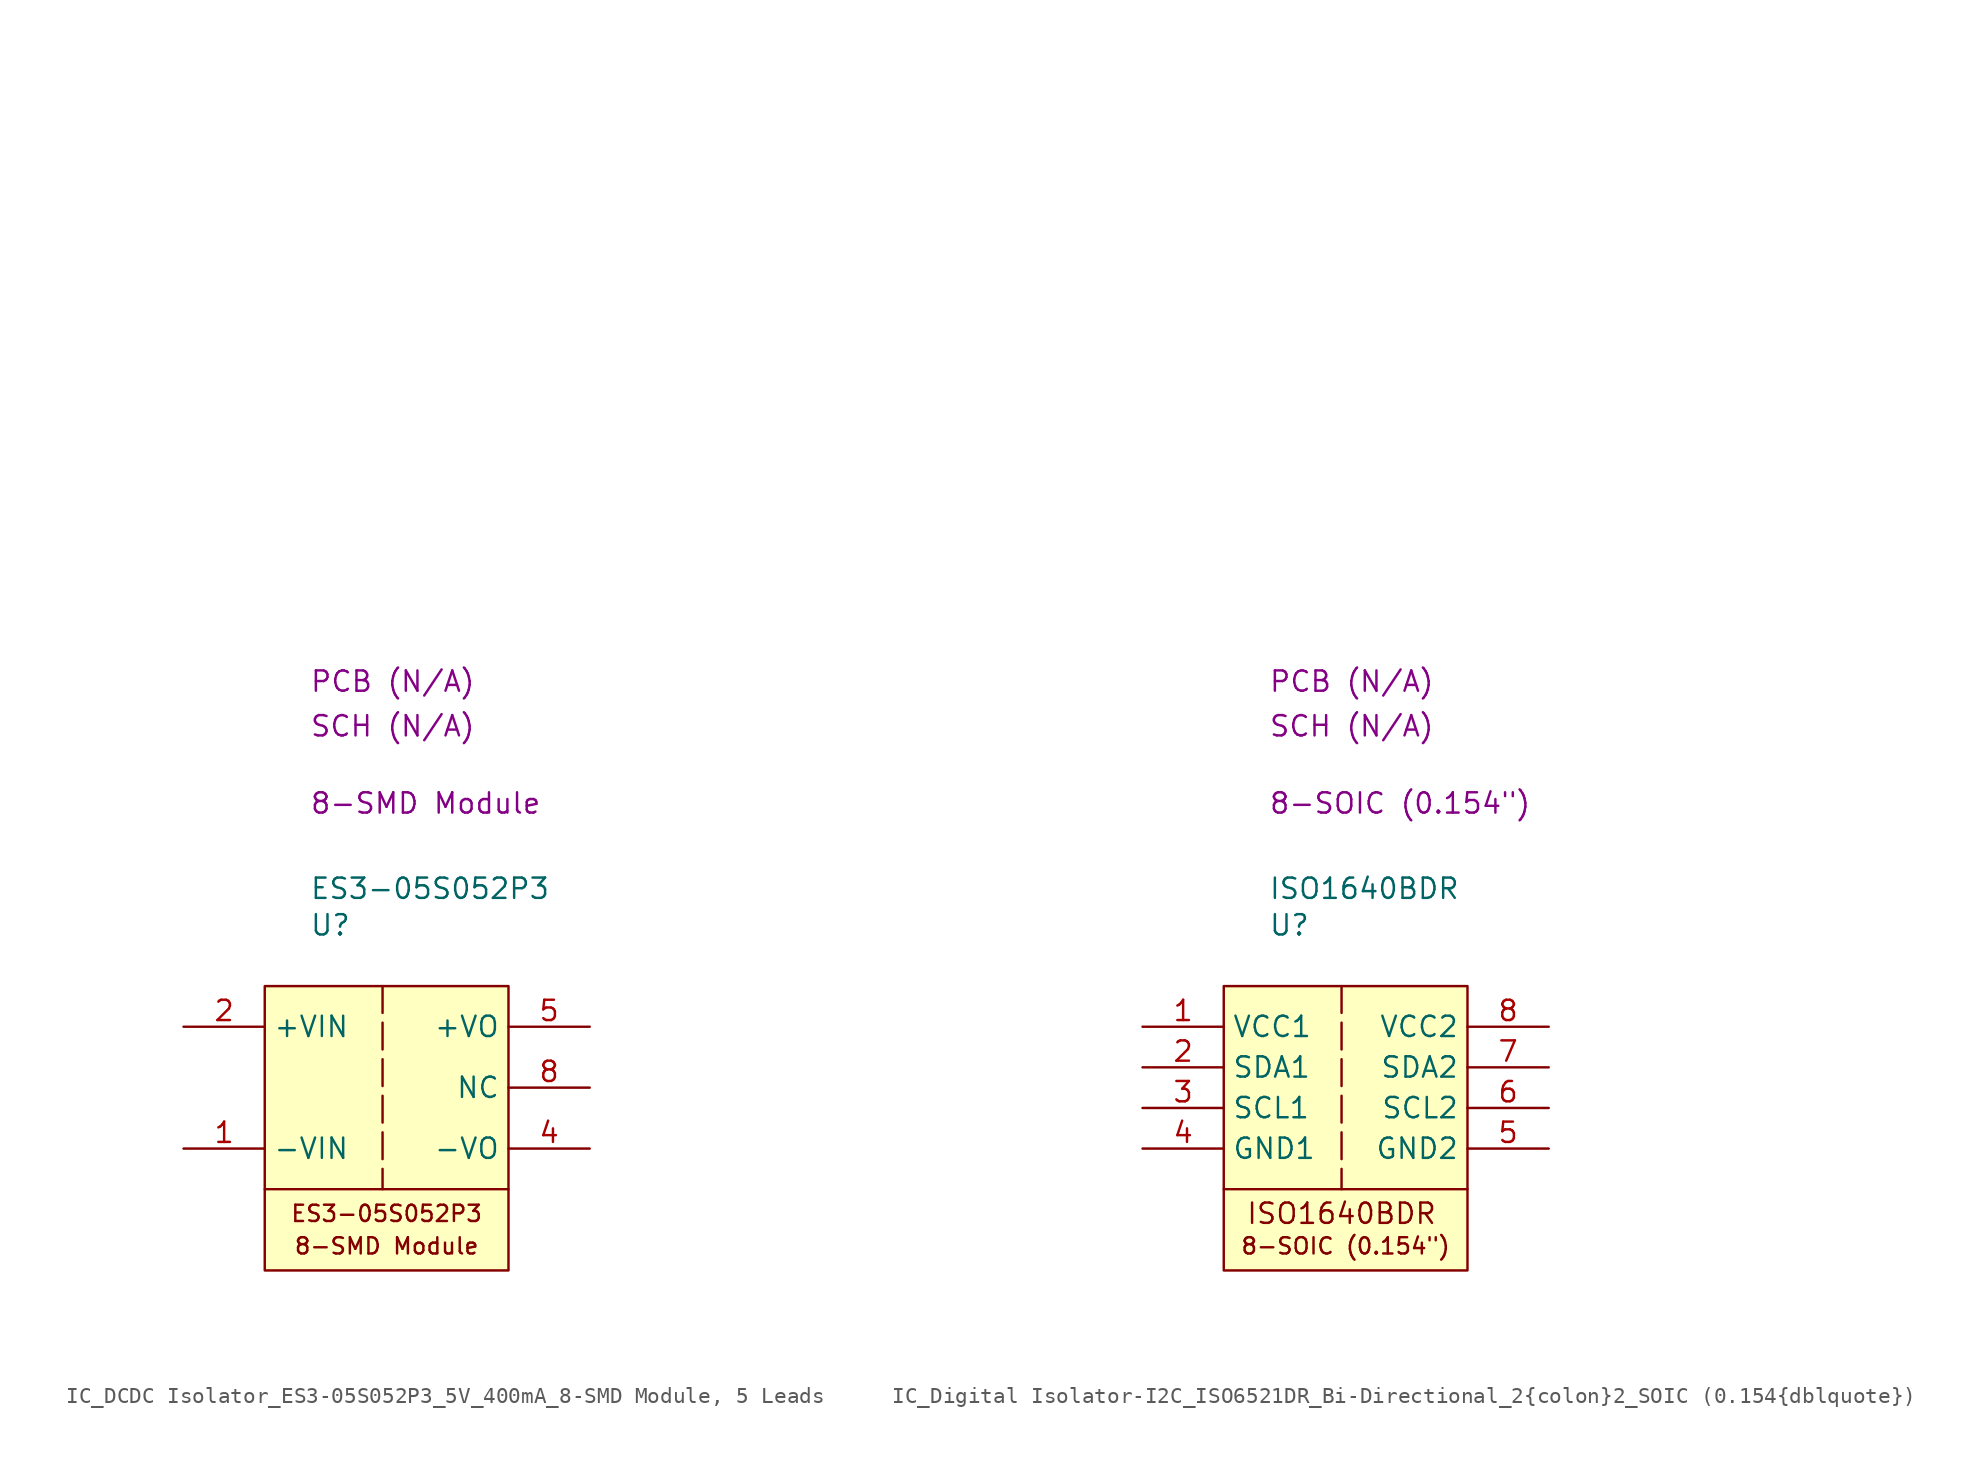
<source format=kicad_sym>
(kicad_symbol_lib
  (version 20231120)
  (generator "kicad_symbol_editor")
  (generator_version "8.0")
  (symbol "IC_DCDC Isolator_ES3-05S052P3_5V_400mA_8-SMD Module, 5 Leads"
    (property "Reference" "U"
      (at 2.794 3.81 0)
      (effects (font (size 1.27 1.27)) (justify left)))
    (property "Value" "ES3-05S052P3"
      (at 2.794 6.096 0)
      (effects (font (size 1.27 1.27)) (justify left)))
    (property "Package" "8-SMD Module"
      (at 2.794 11.43 0)
      (effects (font (size 1.27 1.27)) (justify left)))
    (property "SCH CHECK" "SCH (N/A)"
      (at 2.794 16.256 0)
      (effects (font (size 1.27 1.27)) (justify left)))
    (property "PCB CHECk" "PCB (N/A)"
      (at 2.794 19.05 0)
      (effects (font (size 1.27 1.27)) (justify left)))
    (symbol "IC_DCDC Isolator_ES3-05S052P3_5V_400mA_8-SMD Module, 5 Leads_0_1"
      (polyline private (pts (xy 2.54 2.54) (xy 27.94 2.54)) (stroke (width 0) (type default)) (fill (type none)))
      (polyline private (pts (xy 2.54 5.08) (xy 27.94 5.08)) (stroke (width 0) (type default)) (fill (type none)))
      (polyline private (pts (xy 2.54 7.62) (xy 27.94 7.62)) (stroke (width 0) (type default)) (fill (type none)))
      (polyline private (pts (xy 2.54 10.16) (xy 27.94 10.16)) (stroke (width 0) (type default)) (fill (type none)))
      (polyline private (pts (xy 2.54 12.7) (xy 27.94 12.7)) (stroke (width 0) (type default)) (fill (type none)))
      (polyline private (pts (xy 2.54 15.24) (xy 27.94 15.24)) (stroke (width 0) (type default)) (fill (type none)))
      (polyline private (pts (xy 2.54 17.78) (xy 27.94 17.78)) (stroke (width 0) (type default)) (fill (type none)))
      (polyline private (pts (xy 2.54 20.32) (xy 27.94 20.32)) (stroke (width 0) (type default)) (fill (type none)))
      (polyline private (pts (xy 2.54 22.86) (xy 27.94 22.86)) (stroke (width 0) (type default)) (fill (type none)))
      (polyline private (pts (xy 2.54 25.4) (xy 27.94 25.4)) (stroke (width 0) (type default)) (fill (type none)))
      (polyline private (pts (xy 2.54 27.94) (xy 27.94 27.94)) (stroke (width 0) (type default)) (fill (type none)))
      (polyline private (pts (xy 2.54 30.48) (xy 27.94 30.48)) (stroke (width 0) (type default)) (fill (type none)))
      (polyline private (pts (xy 2.54 33.02) (xy 27.94 33.02)) (stroke (width 0) (type default)) (fill (type none)))
      (polyline private (pts (xy 2.54 35.56) (xy 27.94 35.56)) (stroke (width 0) (type default)) (fill (type none)))
      (polyline private (pts (xy 2.54 38.1) (xy 27.94 38.1)) (stroke (width 0) (type default)) (fill (type none)))
      (polyline private (pts (xy 2.54 40.64) (xy 27.94 40.64)) (stroke (width 0) (type default)) (fill (type none)))
      (polyline private (pts (xy 2.54 43.18) (xy 27.94 43.18)) (stroke (width 0) (type default)) (fill (type none)))
      (polyline private (pts (xy 2.54 45.72) (xy 27.94 45.72)) (stroke (width 0) (type default)) (fill (type none)))
      (polyline private (pts (xy 2.54 48.26) (xy 27.94 48.26)) (stroke (width 0) (type default)) (fill (type none)))
      (polyline private (pts (xy 2.54 50.8) (xy 27.94 50.8)) (stroke (width 0) (type default)) (fill (type none))))
    (symbol "IC_DCDC Isolator_ES3-05S052P3_5V_400mA_8-SMD Module, 5 Leads_1_1"
      (polyline (pts (xy 0 -12.7) (xy 15.24 -12.7)) (stroke (width 0) (type default)) (fill (type none)))
      (polyline (pts (xy 7.366 0) (xy 7.366 -12.7)) (stroke (width 0) (type dash)) (fill (type none)))
      (rectangle (start 0 0) (end 15.24 -17.78) (stroke (width 0) (type default)) (fill (type background)))
      (text "8-SMD Module" (at 7.62 -16.256 0) (effects (font (size 1.016 1.016))))
      (text "ES3-05S052P3" (at 7.62 -14.224 0) (effects (font (size 1.016 1.016))))
      (pin passive line (at -5.08 -10.16 0) (length 5.08) (name "-VIN" (effects (font (size 1.27 1.27)))) (number "1" (effects (font (size 1.27 1.27)))))
      (pin passive line (at -5.08 -2.54 0) (length 5.08) (name "+VIN" (effects (font (size 1.27 1.27)))) (number "2" (effects (font (size 1.27 1.27)))))
      (pin passive line (at 20.32 -10.16 180) (length 5.08) (name "-VO" (effects (font (size 1.27 1.27)))) (number "4" (effects (font (size 1.27 1.27)))))
      (pin passive line (at 20.32 -2.54 180) (length 5.08) (name "+VO" (effects (font (size 1.27 1.27)))) (number "5" (effects (font (size 1.27 1.27)))))
      (pin passive line (at 20.32 -6.35 180) (length 5.08) (name "NC" (effects (font (size 1.27 1.27)))) (number "8" (effects (font (size 1.27 1.27)))))))
  (symbol "IC_Digital Isolator-I2C_ISO6521DR_Bi-Directional_2{colon}2_SOIC (0.154{dblquote})"
    (property "Reference" "U"
      (at 2.794 3.81 0)
      (effects (font (size 1.27 1.27)) (justify left)))
    (property "Value" "ISO1640BDR"
      (at 2.794 6.096 0)
      (effects (font (size 1.27 1.27)) (justify left)))
    (property "Package" "8-SOIC (0.154\")"
      (at 2.794 11.43 0)
      (effects (font (size 1.27 1.27)) (justify left)))
    (property "SCH CHECK" "SCH (N/A)"
      (at 2.794 16.256 0)
      (effects (font (size 1.27 1.27)) (justify left)))
    (property "PCB CHECk" "PCB (N/A)"
      (at 2.794 19.05 0)
      (effects (font (size 1.27 1.27)) (justify left)))
    (symbol "IC_Digital Isolator-I2C_ISO6521DR_Bi-Directional_2{colon}2_SOIC (0.154{dblquote})_0_1"
      (polyline private (pts (xy 2.54 2.54) (xy 27.94 2.54)) (stroke (width 0) (type default)) (fill (type none)))
      (polyline private (pts (xy 2.54 5.08) (xy 27.94 5.08)) (stroke (width 0) (type default)) (fill (type none)))
      (polyline private (pts (xy 2.54 7.62) (xy 27.94 7.62)) (stroke (width 0) (type default)) (fill (type none)))
      (polyline private (pts (xy 2.54 10.16) (xy 27.94 10.16)) (stroke (width 0) (type default)) (fill (type none)))
      (polyline private (pts (xy 2.54 12.7) (xy 27.94 12.7)) (stroke (width 0) (type default)) (fill (type none)))
      (polyline private (pts (xy 2.54 15.24) (xy 27.94 15.24)) (stroke (width 0) (type default)) (fill (type none)))
      (polyline private (pts (xy 2.54 17.78) (xy 27.94 17.78)) (stroke (width 0) (type default)) (fill (type none)))
      (polyline private (pts (xy 2.54 20.32) (xy 27.94 20.32)) (stroke (width 0) (type default)) (fill (type none)))
      (polyline private (pts (xy 2.54 22.86) (xy 27.94 22.86)) (stroke (width 0) (type default)) (fill (type none)))
      (polyline private (pts (xy 2.54 25.4) (xy 27.94 25.4)) (stroke (width 0) (type default)) (fill (type none)))
      (polyline private (pts (xy 2.54 27.94) (xy 27.94 27.94)) (stroke (width 0) (type default)) (fill (type none)))
      (polyline private (pts (xy 2.54 30.48) (xy 27.94 30.48)) (stroke (width 0) (type default)) (fill (type none)))
      (polyline private (pts (xy 2.54 33.02) (xy 27.94 33.02)) (stroke (width 0) (type default)) (fill (type none)))
      (polyline private (pts (xy 2.54 35.56) (xy 27.94 35.56)) (stroke (width 0) (type default)) (fill (type none)))
      (polyline private (pts (xy 2.54 38.1) (xy 27.94 38.1)) (stroke (width 0) (type default)) (fill (type none)))
      (polyline private (pts (xy 2.54 40.64) (xy 27.94 40.64)) (stroke (width 0) (type default)) (fill (type none)))
      (polyline private (pts (xy 2.54 43.18) (xy 27.94 43.18)) (stroke (width 0) (type default)) (fill (type none)))
      (polyline private (pts (xy 2.54 45.72) (xy 27.94 45.72)) (stroke (width 0) (type default)) (fill (type none)))
      (polyline private (pts (xy 2.54 48.26) (xy 27.94 48.26)) (stroke (width 0) (type default)) (fill (type none)))
      (polyline private (pts (xy 2.54 50.8) (xy 27.94 50.8)) (stroke (width 0) (type default)) (fill (type none))))
    (symbol "IC_Digital Isolator-I2C_ISO6521DR_Bi-Directional_2{colon}2_SOIC (0.154{dblquote})_1_1"
      (polyline (pts (xy 0 -12.7) (xy 15.24 -12.7)) (stroke (width 0) (type default)) (fill (type none)))
      (polyline (pts (xy 7.366 0) (xy 7.366 -12.7)) (stroke (width 0) (type dash)) (fill (type none)))
      (rectangle (start 0 0) (end 15.24 -17.78) (stroke (width 0) (type default)) (fill (type background)))
      (text "8-SOIC (0.154\")" (at 7.62 -16.256 0) (effects (font (size 1.016 1.016))))
      (text "ISO1640BDR" (at 7.366 -14.224 0) (effects (font (size 1.27 1.27))))
      (pin passive line (at -5.08 -2.54 0) (length 5.08) (name "VCC1" (effects (font (size 1.27 1.27)))) (number "1" (effects (font (size 1.27 1.27)))))
      (pin passive line (at -5.08 -5.08 0) (length 5.08) (name "SDA1" (effects (font (size 1.27 1.27)))) (number "2" (effects (font (size 1.27 1.27)))))
      (pin passive line (at -5.08 -7.62 0) (length 5.08) (name "SCL1" (effects (font (size 1.27 1.27)))) (number "3" (effects (font (size 1.27 1.27)))))
      (pin passive line (at -5.08 -10.16 0) (length 5.08) (name "GND1" (effects (font (size 1.27 1.27)))) (number "4" (effects (font (size 1.27 1.27)))))
      (pin passive line (at 20.32 -10.16 180) (length 5.08) (name "GND2" (effects (font (size 1.27 1.27)))) (number "5" (effects (font (size 1.27 1.27)))))
      (pin passive line (at 20.32 -7.62 180) (length 5.08) (name "SCL2" (effects (font (size 1.27 1.27)))) (number "6" (effects (font (size 1.27 1.27)))))
      (pin passive line (at 20.32 -5.08 180) (length 5.08) (name "SDA2" (effects (font (size 1.27 1.27)))) (number "7" (effects (font (size 1.27 1.27)))))
      (pin passive line (at 20.32 -2.54 180) (length 5.08) (name "VCC2" (effects (font (size 1.27 1.27)))) (number "8" (effects (font (size 1.27 1.27))))))))
</source>
